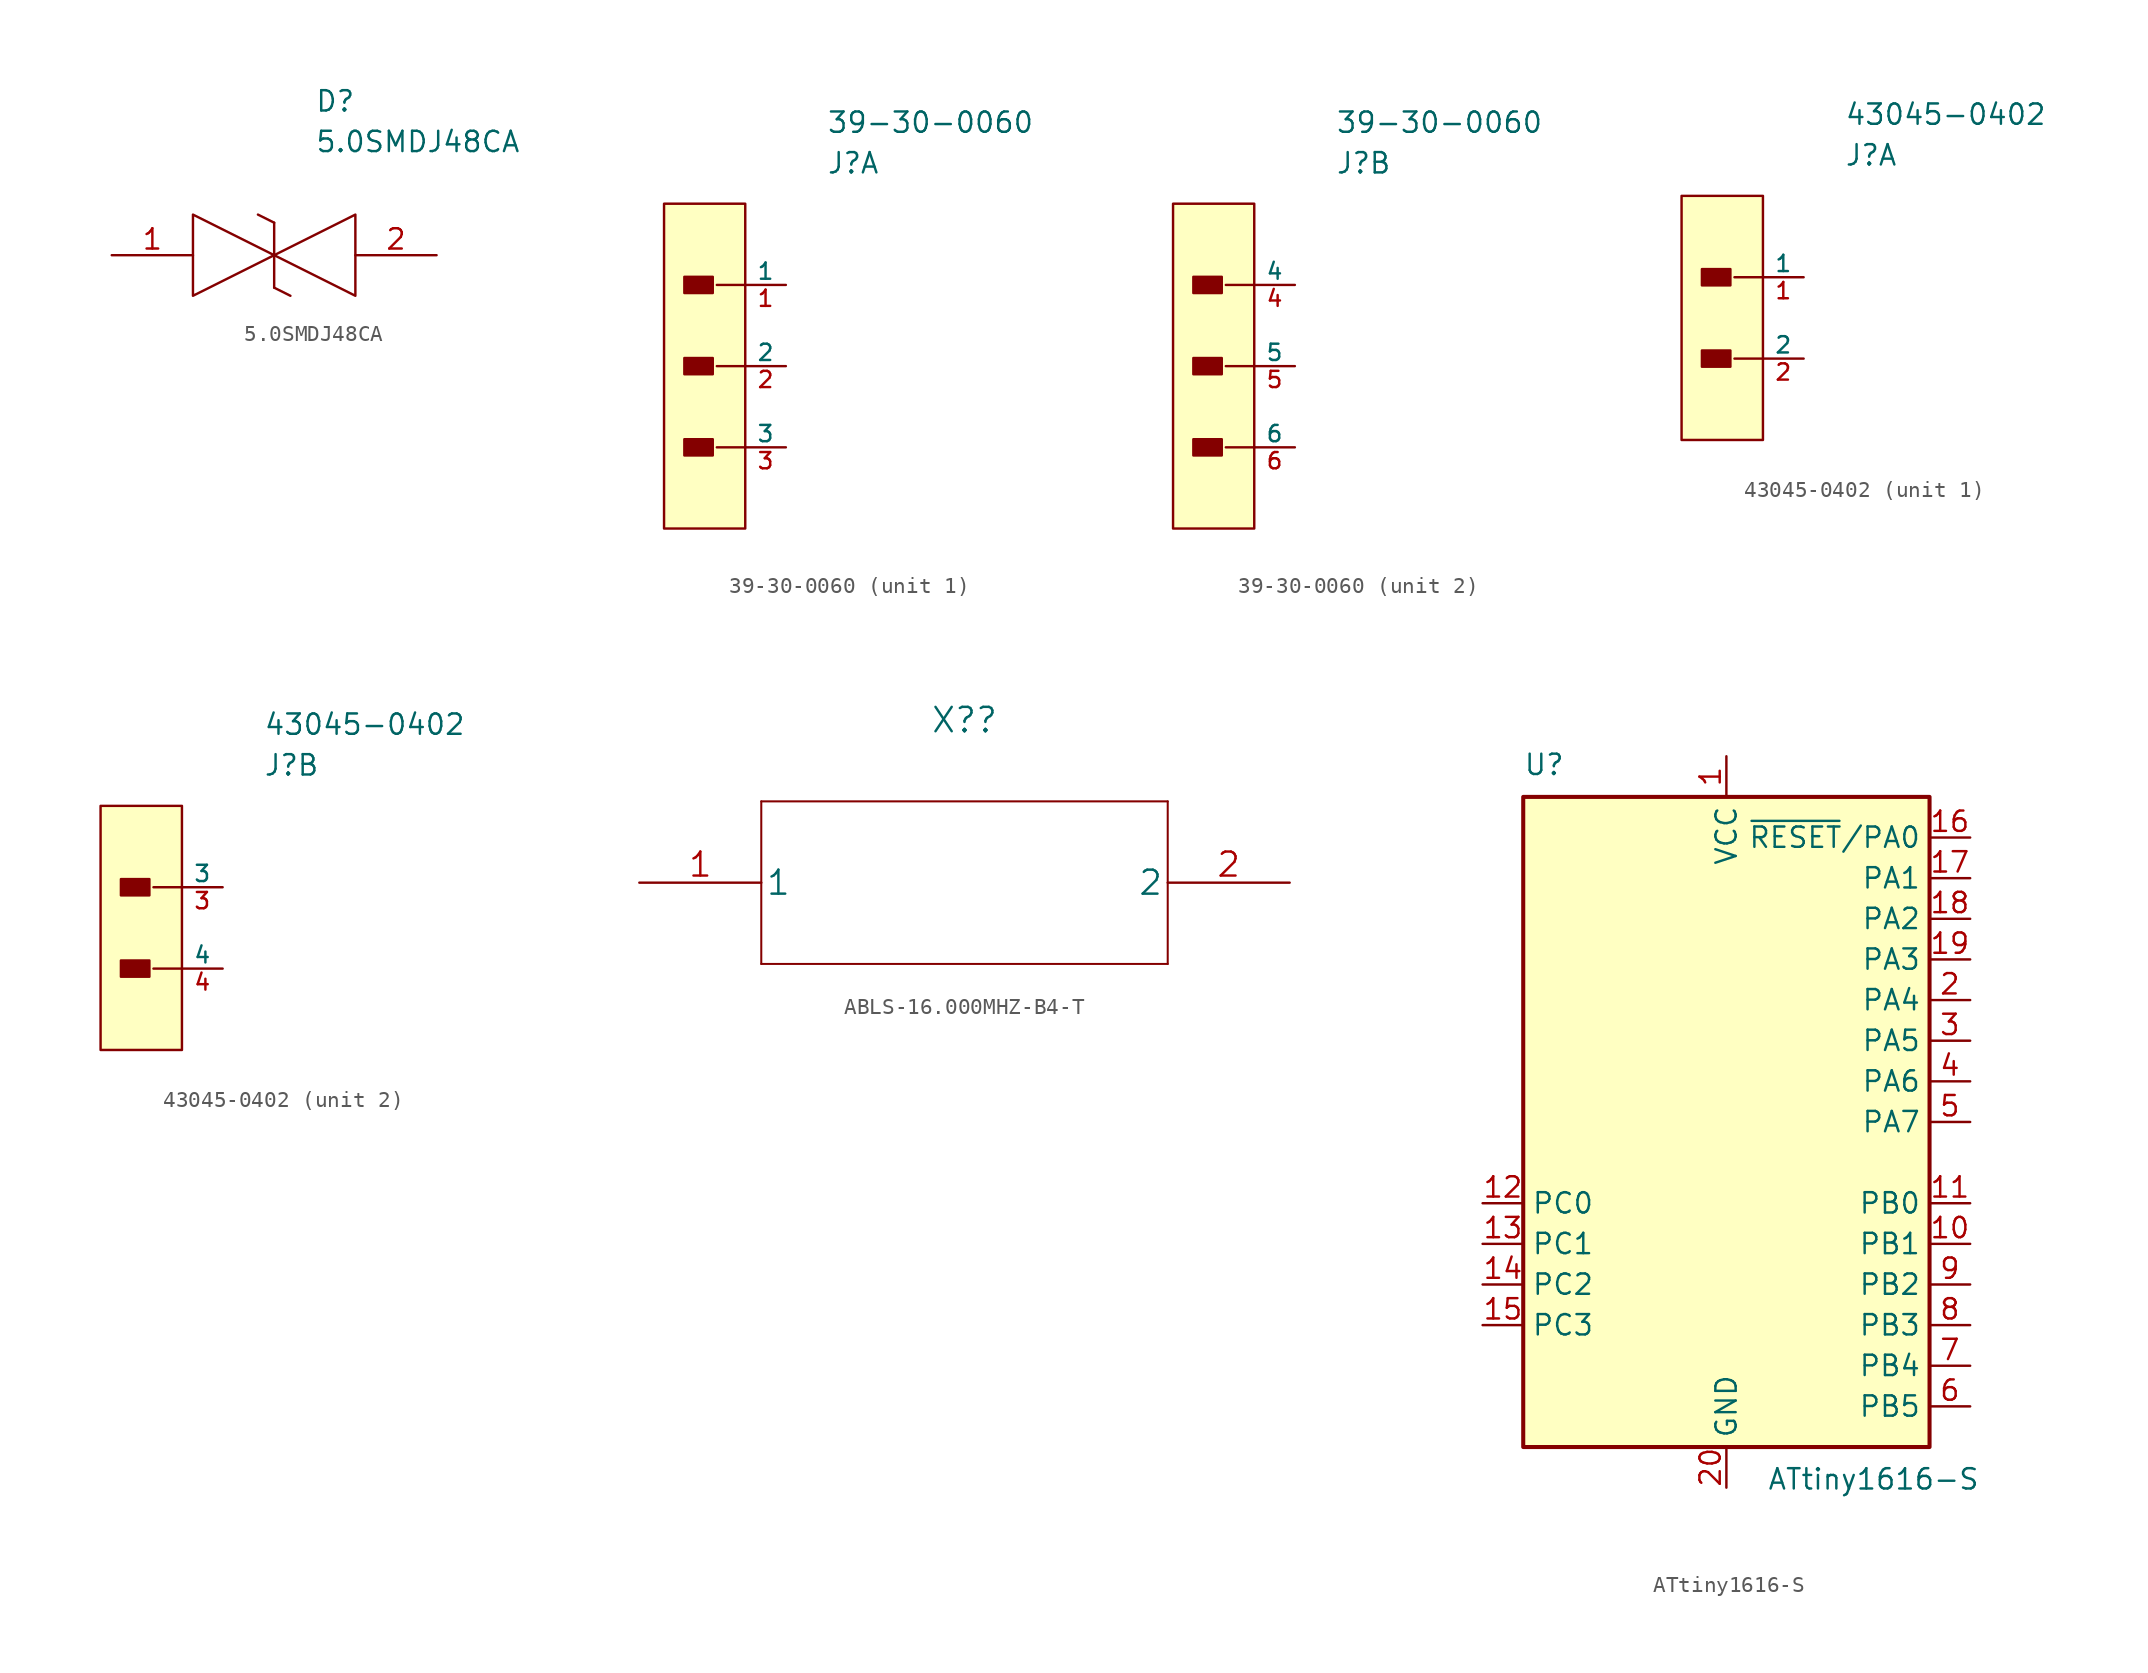
<source format=kicad_sym>
(kicad_symbol_lib
  (version 20220914)
  (generator kicad_symbol_editor)
  (symbol "5.0SMDJ48CA"
    (pin_names
      (offset 0.762))
    (property "Reference" "D"
      (at 12.7 8.89 0)
      (effects (font (size 1.27 1.27)) (justify left bottom)))
    (property "Value" "5.0SMDJ48CA"
      (at 12.7 6.35 0)
      (effects (font (size 1.27 1.27)) (justify left bottom)))
    (symbol "5.0SMDJ48CA_0_0"
      (pin passive line (at 0 0 0) (length 5.08) (name "~" (effects (font (size 1.27 1.27)))) (number "1" (effects (font (size 1.27 1.27)))))
      (pin passive line (at 20.32 0 180) (length 5.08) (name "~" (effects (font (size 1.27 1.27)))) (number "2" (effects (font (size 1.27 1.27))))))
    (symbol "5.0SMDJ48CA_0_1"
      (polyline (pts (xy 9.144 2.54) (xy 10.16 2.032)) (stroke (width 0.152) (type default)) (fill (type none)))
      (polyline (pts (xy 10.16 -2.032) (xy 10.16 2.032)) (stroke (width 0.152) (type default)) (fill (type none)))
      (polyline (pts (xy 10.16 -2.032) (xy 11.176 -2.54)) (stroke (width 0.152) (type default)) (fill (type none)))
      (polyline (pts (xy 10.16 0) (xy 5.08 -2.54) (xy 5.08 2.54) (xy 10.16 0)) (stroke (width 0.152) (type default)) (fill (type none)))
      (polyline (pts (xy 10.16 0) (xy 15.24 -2.54) (xy 15.24 2.54) (xy 10.16 0)) (stroke (width 0.152) (type default)) (fill (type none)))))
  (symbol "39-30-0060"
    (pin_names
      (offset 0))
    (property "Reference" "J"
      (at 0 7.62 0)
      (effects (font (size 1.27 1.27)) (justify left)))
    (property "Value" "39-30-0060"
      (at 0 10.16 0)
      (effects (font (size 1.27 1.27)) (justify left)))
    (property "ki_locked" ""
      (at 0 0 0)
      (effects (font (size 1.27 1.27))))
    (symbol "39-30-0060_1_1"
      (rectangle (start -10.16 5.08) (end -5.08 -15.24) (stroke (width 0) (type default)) (fill (type background)))
      (rectangle (start -8.89 -9.652) (end -7.112 -10.668) (stroke (width 0) (type default)) (fill (type outline)))
      (rectangle (start -8.89 -4.572) (end -7.112 -5.588) (stroke (width 0) (type default)) (fill (type outline)))
      (rectangle (start -8.89 0.508) (end -7.112 -0.508) (stroke (width 0) (type default)) (fill (type outline)))
      (polyline (pts (xy -6.858 -10.16) (xy -5.08 -10.16)) (stroke (width 0) (type default)) (fill (type none)))
      (polyline (pts (xy -6.858 -5.08) (xy -5.08 -5.08)) (stroke (width 0) (type default)) (fill (type none)))
      (polyline (pts (xy -6.858 0) (xy -5.08 0)) (stroke (width 0) (type default)) (fill (type none)))
      (pin passive line (at -2.54 0 180) (length 2.54) (name "1" (effects (font (size 1.016 1.016)))) (number "1" (effects (font (size 1.016 1.016)))))
      (pin passive line (at -2.54 -5.08 180) (length 2.54) (name "2" (effects (font (size 1.016 1.016)))) (number "2" (effects (font (size 1.016 1.016)))))
      (pin passive line (at -2.54 -10.16 180) (length 2.54) (name "3" (effects (font (size 1.016 1.016)))) (number "3" (effects (font (size 1.016 1.016))))))
    (symbol "39-30-0060_2_1"
      (rectangle (start -10.16 5.08) (end -5.08 -15.24) (stroke (width 0) (type default)) (fill (type background)))
      (rectangle (start -8.89 -9.652) (end -7.112 -10.668) (stroke (width 0) (type default)) (fill (type outline)))
      (rectangle (start -8.89 -4.572) (end -7.112 -5.588) (stroke (width 0) (type default)) (fill (type outline)))
      (rectangle (start -8.89 0.508) (end -7.112 -0.508) (stroke (width 0) (type default)) (fill (type outline)))
      (polyline (pts (xy -6.858 -10.16) (xy -5.08 -10.16)) (stroke (width 0) (type default)) (fill (type none)))
      (polyline (pts (xy -6.858 -5.08) (xy -5.08 -5.08)) (stroke (width 0) (type default)) (fill (type none)))
      (polyline (pts (xy -6.858 0) (xy -5.08 0)) (stroke (width 0) (type default)) (fill (type none)))
      (pin passive line (at -2.54 0 180) (length 2.54) (name "4" (effects (font (size 1.016 1.016)))) (number "4" (effects (font (size 1.016 1.016)))))
      (pin passive line (at -2.54 -5.08 180) (length 2.54) (name "5" (effects (font (size 1.016 1.016)))) (number "5" (effects (font (size 1.016 1.016)))))
      (pin power_out line (at -2.54 -10.16 180) (length 2.54) (name "6" (effects (font (size 1.016 1.016)))) (number "6" (effects (font (size 1.016 1.016)))))))
  (symbol "43045-0402"
    (pin_names
      (offset 0))
    (property "Reference" "J"
      (at 0 7.62 0)
      (effects (font (size 1.27 1.27)) (justify left)))
    (property "Value" "43045-0402"
      (at 0 10.16 0)
      (effects (font (size 1.27 1.27)) (justify left)))
    (property "ki_locked" ""
      (at 0 0 0)
      (effects (font (size 1.27 1.27))))
    (symbol "43045-0402_1_1"
      (rectangle (start -10.16 5.08) (end -5.08 -10.16) (stroke (width 0) (type default)) (fill (type background)))
      (rectangle (start -8.89 -4.572) (end -7.112 -5.588) (stroke (width 0) (type default)) (fill (type outline)))
      (rectangle (start -8.89 0.508) (end -7.112 -0.508) (stroke (width 0) (type default)) (fill (type outline)))
      (polyline (pts (xy -6.858 -5.08) (xy -5.08 -5.08)) (stroke (width 0) (type default)) (fill (type none)))
      (polyline (pts (xy -6.858 0) (xy -5.08 0)) (stroke (width 0) (type default)) (fill (type none)))
      (pin passive line (at -2.54 0 180) (length 2.54) (name "1" (effects (font (size 1.016 1.016)))) (number "1" (effects (font (size 1.016 1.016)))))
      (pin passive line (at -2.54 -5.08 180) (length 2.54) (name "2" (effects (font (size 1.016 1.016)))) (number "2" (effects (font (size 1.016 1.016))))))
    (symbol "43045-0402_2_1"
      (rectangle (start -10.16 5.08) (end -5.08 -10.16) (stroke (width 0) (type default)) (fill (type background)))
      (rectangle (start -8.89 -4.572) (end -7.112 -5.588) (stroke (width 0) (type default)) (fill (type outline)))
      (rectangle (start -8.89 0.508) (end -7.112 -0.508) (stroke (width 0) (type default)) (fill (type outline)))
      (polyline (pts (xy -6.858 -5.08) (xy -5.08 -5.08)) (stroke (width 0) (type default)) (fill (type none)))
      (polyline (pts (xy -6.858 0) (xy -5.08 0)) (stroke (width 0) (type default)) (fill (type none)))
      (pin passive line (at -2.54 0 180) (length 2.54) (name "3" (effects (font (size 1.016 1.016)))) (number "3" (effects (font (size 1.016 1.016)))))
      (pin passive line (at -2.54 -5.08 180) (length 2.54) (name "4" (effects (font (size 1.016 1.016)))) (number "4" (effects (font (size 1.016 1.016)))))))
  (symbol "ABLS-16.000MHZ-B4-T"
    (pin_names
      (offset 0.254))
    (property "Reference" "X?"
      (at 20.32 10.16 0)
      (effects (font (size 1.524 1.524))))
    (symbol "ABLS-16.000MHZ-B4-T_1_1"
      (polyline (pts (xy 7.62 -5.08) (xy 33.02 -5.08)) (stroke (width 0.127) (type default)) (fill (type none)))
      (polyline (pts (xy 7.62 5.08) (xy 7.62 -5.08)) (stroke (width 0.127) (type default)) (fill (type none)))
      (polyline (pts (xy 33.02 -5.08) (xy 33.02 5.08)) (stroke (width 0.127) (type default)) (fill (type none)))
      (polyline (pts (xy 33.02 5.08) (xy 7.62 5.08)) (stroke (width 0.127) (type default)) (fill (type none)))
      (pin passive line (at 0 0 0) (length 7.62) (name "1" (effects (font (size 1.499 1.499)))) (number "1" (effects (font (size 1.499 1.499)))))
      (pin passive line (at 40.64 0 180) (length 7.62) (name "2" (effects (font (size 1.499 1.499)))) (number "2" (effects (font (size 1.499 1.499)))))))
  (symbol "ATtiny1616-S"
    (property "Reference" "U"
      (at -12.7 21.59 0)
      (effects (font (size 1.27 1.27)) (justify left bottom)))
    (property "Value" "ATtiny1616-S"
      (at 2.54 -21.59 0)
      (effects (font (size 1.27 1.27)) (justify left top)))
    (symbol "ATtiny1616-S_0_1"
      (rectangle (start -12.7 -20.32) (end 12.7 20.32) (stroke (width 0.254) (type default)) (fill (type background))))
    (symbol "ATtiny1616-S_1_1"
      (pin passive line (at 0 22.86 270) (length 2.54) (name "VCC" (effects (font (size 1.27 1.27)))) (number "1" (effects (font (size 1.27 1.27)))))
      (pin bidirectional line (at 15.24 -7.62 180) (length 2.54) (name "PB1" (effects (font (size 1.27 1.27)))) (number "10" (effects (font (size 1.27 1.27)))))
      (pin bidirectional line (at 15.24 -5.08 180) (length 2.54) (name "PB0" (effects (font (size 1.27 1.27)))) (number "11" (effects (font (size 1.27 1.27)))))
      (pin bidirectional line (at -15.24 -5.08 0) (length 2.54) (name "PC0" (effects (font (size 1.27 1.27)))) (number "12" (effects (font (size 1.27 1.27)))))
      (pin bidirectional line (at -15.24 -7.62 0) (length 2.54) (name "PC1" (effects (font (size 1.27 1.27)))) (number "13" (effects (font (size 1.27 1.27)))))
      (pin bidirectional line (at -15.24 -10.16 0) (length 2.54) (name "PC2" (effects (font (size 1.27 1.27)))) (number "14" (effects (font (size 1.27 1.27)))))
      (pin bidirectional line (at -15.24 -12.7 0) (length 2.54) (name "PC3" (effects (font (size 1.27 1.27)))) (number "15" (effects (font (size 1.27 1.27)))))
      (pin bidirectional line (at 15.24 17.78 180) (length 2.54) (name "~{RESET}/PA0" (effects (font (size 1.27 1.27)))) (number "16" (effects (font (size 1.27 1.27)))))
      (pin bidirectional line (at 15.24 15.24 180) (length 2.54) (name "PA1" (effects (font (size 1.27 1.27)))) (number "17" (effects (font (size 1.27 1.27)))))
      (pin bidirectional line (at 15.24 12.7 180) (length 2.54) (name "PA2" (effects (font (size 1.27 1.27)))) (number "18" (effects (font (size 1.27 1.27)))))
      (pin bidirectional line (at 15.24 10.16 180) (length 2.54) (name "PA3" (effects (font (size 1.27 1.27)))) (number "19" (effects (font (size 1.27 1.27)))))
      (pin bidirectional line (at 15.24 7.62 180) (length 2.54) (name "PA4" (effects (font (size 1.27 1.27)))) (number "2" (effects (font (size 1.27 1.27)))))
      (pin passive line (at 0 -22.86 90) (length 2.54) (name "GND" (effects (font (size 1.27 1.27)))) (number "20" (effects (font (size 1.27 1.27)))))
      (pin bidirectional line (at 15.24 5.08 180) (length 2.54) (name "PA5" (effects (font (size 1.27 1.27)))) (number "3" (effects (font (size 1.27 1.27)))))
      (pin bidirectional line (at 15.24 2.54 180) (length 2.54) (name "PA6" (effects (font (size 1.27 1.27)))) (number "4" (effects (font (size 1.27 1.27)))))
      (pin bidirectional line (at 15.24 0 180) (length 2.54) (name "PA7" (effects (font (size 1.27 1.27)))) (number "5" (effects (font (size 1.27 1.27)))))
      (pin bidirectional line (at 15.24 -17.78 180) (length 2.54) (name "PB5" (effects (font (size 1.27 1.27)))) (number "6" (effects (font (size 1.27 1.27)))))
      (pin bidirectional line (at 15.24 -15.24 180) (length 2.54) (name "PB4" (effects (font (size 1.27 1.27)))) (number "7" (effects (font (size 1.27 1.27)))))
      (pin bidirectional line (at 15.24 -12.7 180) (length 2.54) (name "PB3" (effects (font (size 1.27 1.27)))) (number "8" (effects (font (size 1.27 1.27)))))
      (pin bidirectional line (at 15.24 -10.16 180) (length 2.54) (name "PB2" (effects (font (size 1.27 1.27)))) (number "9" (effects (font (size 1.27 1.27))))))))
</source>
